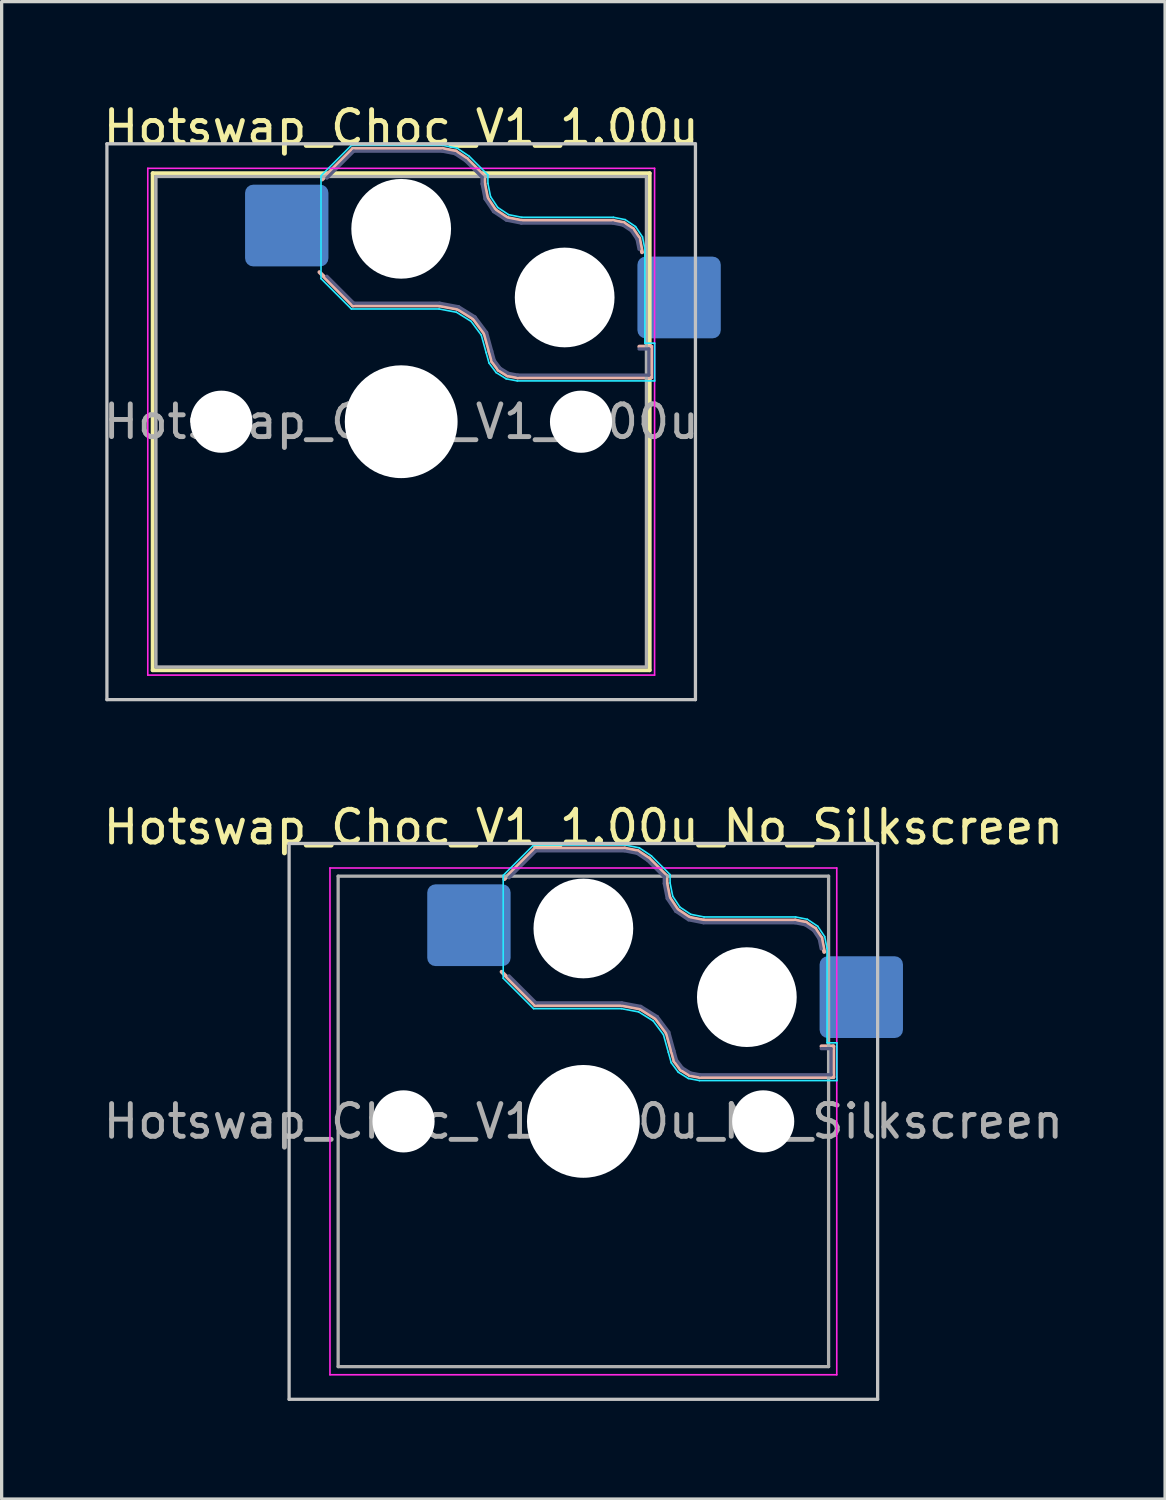
<source format=kicad_pcb>
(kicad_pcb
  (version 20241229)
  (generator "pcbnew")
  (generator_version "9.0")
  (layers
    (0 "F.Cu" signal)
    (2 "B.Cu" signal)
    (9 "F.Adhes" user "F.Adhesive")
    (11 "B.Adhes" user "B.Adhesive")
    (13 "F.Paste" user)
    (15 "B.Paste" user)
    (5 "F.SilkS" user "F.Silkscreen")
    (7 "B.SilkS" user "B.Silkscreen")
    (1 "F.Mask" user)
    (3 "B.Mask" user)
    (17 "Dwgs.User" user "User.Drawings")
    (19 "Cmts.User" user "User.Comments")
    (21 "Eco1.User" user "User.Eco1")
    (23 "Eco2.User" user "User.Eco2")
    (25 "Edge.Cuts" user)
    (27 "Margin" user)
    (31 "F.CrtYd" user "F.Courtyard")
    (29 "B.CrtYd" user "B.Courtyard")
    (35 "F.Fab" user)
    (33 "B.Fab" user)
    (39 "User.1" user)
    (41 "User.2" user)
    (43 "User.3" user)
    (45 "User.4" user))
  (footprint "Hotswap_Choc_V1_1.00u_No_Silkscreen"
    (layer "F.Cu")
    (at 14.792 31.247)
    (property "Reference" "Hotswap_Choc_V1_1.00u_No_Silkscreen" (at 0 -9 0) (layer "F.SilkS") (effects (font (size 1 1) (thickness 0.15))))
    (attr smd)
    (fp_line (start -2.416 -7.409) (end -1.479 -8.346) (stroke (width 0.12) (type solid)) (layer "B.SilkS"))
    (fp_line (start -1.479 -8.346) (end 1.268 -8.346) (stroke (width 0.12) (type solid)) (layer "B.SilkS"))
    (fp_line (start -1.479 -3.554) (end -2.5 -4.575) (stroke (width 0.12) (type solid)) (layer "B.SilkS"))
    (fp_line (start 1.168 -3.554) (end -1.479 -3.554) (stroke (width 0.12) (type solid)) (layer "B.SilkS"))
    (fp_line (start 1.268 -8.346) (end 1.671 -8.266) (stroke (width 0.12) (type solid)) (layer "B.SilkS"))
    (fp_line (start 1.671 -8.266) (end 2.013 -8.037) (stroke (width 0.12) (type solid)) (layer "B.SilkS"))
    (fp_line (start 1.73 -3.449) (end 1.168 -3.554) (stroke (width 0.12) (type solid)) (layer "B.SilkS"))
    (fp_line (start 2.013 -8.037) (end 2.546 -7.504) (stroke (width 0.12) (type solid)) (layer "B.SilkS"))
    (fp_line (start 2.209 -3.15) (end 1.73 -3.449) (stroke (width 0.12) (type solid)) (layer "B.SilkS"))
    (fp_line (start 2.546 -7.504) (end 2.546 -7.282) (stroke (width 0.12) (type solid)) (layer "B.SilkS"))
    (fp_line (start 2.546 -7.282) (end 2.633 -6.844) (stroke (width 0.12) (type solid)) (layer "B.SilkS"))
    (fp_line (start 2.547 -2.697) (end 2.209 -3.15) (stroke (width 0.12) (type solid)) (layer "B.SilkS"))
    (fp_line (start 2.633 -6.844) (end 2.877 -6.477) (stroke (width 0.12) (type solid)) (layer "B.SilkS"))
    (fp_line (start 2.701 -2.139) (end 2.547 -2.697) (stroke (width 0.12) (type solid)) (layer "B.SilkS"))
    (fp_line (start 2.783 -1.841) (end 2.701 -2.139) (stroke (width 0.12) (type solid)) (layer "B.SilkS"))
    (fp_line (start 2.877 -6.477) (end 3.244 -6.233) (stroke (width 0.12) (type solid)) (layer "B.SilkS"))
    (fp_line (start 2.976 -1.583) (end 2.783 -1.841) (stroke (width 0.12) (type solid)) (layer "B.SilkS"))
    (fp_line (start 3.244 -6.233) (end 3.682 -6.146) (stroke (width 0.12) (type solid)) (layer "B.SilkS"))
    (fp_line (start 3.25 -1.413) (end 2.976 -1.583) (stroke (width 0.12) (type solid)) (layer "B.SilkS"))
    (fp_line (start 3.56 -1.354) (end 3.25 -1.413) (stroke (width 0.12) (type solid)) (layer "B.SilkS"))
    (fp_line (start 3.682 -6.146) (end 6.482 -6.146) (stroke (width 0.12) (type solid)) (layer "B.SilkS"))
    (fp_line (start 6.482 -6.146) (end 6.809 -6.081) (stroke (width 0.12) (type solid)) (layer "B.SilkS"))
    (fp_line (start 6.809 -6.081) (end 7.092 -5.892) (stroke (width 0.12) (type solid)) (layer "B.SilkS"))
    (fp_line (start 7.092 -5.892) (end 7.281 -5.609) (stroke (width 0.12) (type solid)) (layer "B.SilkS"))
    (fp_line (start 7.281 -5.609) (end 7.366 -5.182) (stroke (width 0.12) (type solid)) (layer "B.SilkS"))
    (fp_line (start 7.283 -2.296) (end 7.646 -2.296) (stroke (width 0.12) (type solid)) (layer "B.SilkS"))
    (fp_line (start 7.646 -2.296) (end 7.646 -1.354) (stroke (width 0.12) (type solid)) (layer "B.SilkS"))
    (fp_line (start 7.646 -1.354) (end 3.56 -1.354) (stroke (width 0.12) (type solid)) (layer "B.SilkS"))
    (fp_line (start -9 -8.5) (end -9 8.5) (stroke (width 0.1) (type solid)) (layer "Dwgs.User"))
    (fp_line (start -9 8.5) (end 9 8.5) (stroke (width 0.1) (type solid)) (layer "Dwgs.User"))
    (fp_line (start 9 -8.5) (end -9 -8.5) (stroke (width 0.1) (type solid)) (layer "Dwgs.User"))
    (fp_line (start 9 8.5) (end 9 -8.5) (stroke (width 0.1) (type solid)) (layer "Dwgs.User"))
    (fp_line (start -7.25 -7.25) (end -7.25 7.25) (stroke (width 0.1) (type solid)) (layer "Eco1.User"))
    (fp_line (start -7.25 7.25) (end 7.25 7.25) (stroke (width 0.1) (type solid)) (layer "Eco1.User"))
    (fp_line (start 7.25 -7.25) (end -7.25 -7.25) (stroke (width 0.1) (type solid)) (layer "Eco1.User"))
    (fp_line (start 7.25 7.25) (end 7.25 -7.25) (stroke (width 0.1) (type solid)) (layer "Eco1.User"))
    (fp_line (start -2.452 -7.523) (end -1.523 -8.452) (stroke (width 0.05) (type solid)) (layer "B.CrtYd"))
    (fp_line (start -2.452 -4.377) (end -2.452 -7.523) (stroke (width 0.05) (type solid)) (layer "B.CrtYd"))
    (fp_line (start -1.523 -8.452) (end 1.278 -8.452) (stroke (width 0.05) (type solid)) (layer "B.CrtYd"))
    (fp_line (start -1.523 -3.448) (end -2.452 -4.377) (stroke (width 0.05) (type solid)) (layer "B.CrtYd"))
    (fp_line (start 1.159 -3.448) (end -1.523 -3.448) (stroke (width 0.05) (type solid)) (layer "B.CrtYd"))
    (fp_line (start 1.278 -8.452) (end 1.712 -8.366) (stroke (width 0.05) (type solid)) (layer "B.CrtYd"))
    (fp_line (start 1.691 -3.348) (end 1.159 -3.448) (stroke (width 0.05) (type solid)) (layer "B.CrtYd"))
    (fp_line (start 1.712 -8.366) (end 2.081 -8.119) (stroke (width 0.05) (type solid)) (layer "B.CrtYd"))
    (fp_line (start 2.081 -8.119) (end 2.652 -7.548) (stroke (width 0.05) (type solid)) (layer "B.CrtYd"))
    (fp_line (start 2.136 -3.071) (end 1.691 -3.348) (stroke (width 0.05) (type solid)) (layer "B.CrtYd"))
    (fp_line (start 2.45 -2.65) (end 2.136 -3.071) (stroke (width 0.05) (type solid)) (layer "B.CrtYd"))
    (fp_line (start 2.599 -2.111) (end 2.45 -2.65) (stroke (width 0.05) (type solid)) (layer "B.CrtYd"))
    (fp_line (start 2.652 -7.548) (end 2.652 -7.292) (stroke (width 0.05) (type solid)) (layer "B.CrtYd"))
    (fp_line (start 2.652 -7.292) (end 2.733 -6.885) (stroke (width 0.05) (type solid)) (layer "B.CrtYd"))
    (fp_line (start 2.687 -1.794) (end 2.599 -2.111) (stroke (width 0.05) (type solid)) (layer "B.CrtYd"))
    (fp_line (start 2.733 -6.885) (end 2.953 -6.553) (stroke (width 0.05) (type solid)) (layer "B.CrtYd"))
    (fp_line (start 2.903 -1.503) (end 2.687 -1.794) (stroke (width 0.05) (type solid)) (layer "B.CrtYd"))
    (fp_line (start 2.953 -6.553) (end 3.285 -6.333) (stroke (width 0.05) (type solid)) (layer "B.CrtYd"))
    (fp_line (start 3.211 -1.312) (end 2.903 -1.503) (stroke (width 0.05) (type solid)) (layer "B.CrtYd"))
    (fp_line (start 3.285 -6.333) (end 3.692 -6.252) (stroke (width 0.05) (type solid)) (layer "B.CrtYd"))
    (fp_line (start 3.55 -1.248) (end 3.211 -1.312) (stroke (width 0.05) (type solid)) (layer "B.CrtYd"))
    (fp_line (start 3.692 -6.252) (end 6.492 -6.252) (stroke (width 0.05) (type solid)) (layer "B.CrtYd"))
    (fp_line (start 6.492 -6.252) (end 6.85 -6.181) (stroke (width 0.05) (type solid)) (layer "B.CrtYd"))
    (fp_line (start 6.85 -6.181) (end 7.168 -5.968) (stroke (width 0.05) (type solid)) (layer "B.CrtYd"))
    (fp_line (start 7.168 -5.968) (end 7.381 -5.65) (stroke (width 0.05) (type solid)) (layer "B.CrtYd"))
    (fp_line (start 7.381 -5.65) (end 7.452 -5.292) (stroke (width 0.05) (type solid)) (layer "B.CrtYd"))
    (fp_line (start 7.452 -5.292) (end 7.452 -2.402) (stroke (width 0.05) (type solid)) (layer "B.CrtYd"))
    (fp_line (start 7.452 -2.402) (end 7.752 -2.402) (stroke (width 0.05) (type solid)) (layer "B.CrtYd"))
    (fp_line (start 7.752 -2.402) (end 7.752 -1.248) (stroke (width 0.05) (type solid)) (layer "B.CrtYd"))
    (fp_line (start 7.752 -1.248) (end 3.55 -1.248) (stroke (width 0.05) (type solid)) (layer "B.CrtYd"))
    (fp_line (start -7.75 -7.75) (end -7.75 7.75) (stroke (width 0.05) (type solid)) (layer "F.CrtYd"))
    (fp_line (start -7.75 7.75) (end 7.75 7.75) (stroke (width 0.05) (type solid)) (layer "F.CrtYd"))
    (fp_line (start 7.75 -7.75) (end -7.75 -7.75) (stroke (width 0.05) (type solid)) (layer "F.CrtYd"))
    (fp_line (start 7.75 7.75) (end 7.75 -7.75) (stroke (width 0.05) (type solid)) (layer "F.CrtYd"))
    (fp_line (start -2.275 -7.45) (end -1.45 -8.275) (stroke (width 0.1) (type solid)) (layer "B.Fab"))
    (fp_line (start -1.45 -8.275) (end 1.261 -8.275) (stroke (width 0.1) (type solid)) (layer "B.Fab"))
    (fp_line (start -1.45 -3.625) (end -2.275 -4.45) (stroke (width 0.1) (type solid)) (layer "B.Fab"))
    (fp_line (start 1.175 -3.625) (end -1.45 -3.625) (stroke (width 0.1) (type solid)) (layer "B.Fab"))
    (fp_line (start 1.261 -8.275) (end 1.643 -8.199) (stroke (width 0.1) (type solid)) (layer "B.Fab"))
    (fp_line (start 1.643 -8.199) (end 1.968 -7.982) (stroke (width 0.1) (type solid)) (layer "B.Fab"))
    (fp_line (start 1.756 -3.516) (end 1.175 -3.625) (stroke (width 0.1) (type solid)) (layer "B.Fab"))
    (fp_line (start 1.968 -7.982) (end 2.475 -7.475) (stroke (width 0.1) (type solid)) (layer "B.Fab"))
    (fp_line (start 2.258 -3.203) (end 1.756 -3.516) (stroke (width 0.1) (type solid)) (layer "B.Fab"))
    (fp_line (start 2.475 -7.475) (end 2.475 -7.275) (stroke (width 0.1) (type solid)) (layer "B.Fab"))
    (fp_line (start 2.475 -7.275) (end 2.566 -6.816) (stroke (width 0.1) (type solid)) (layer "B.Fab"))
    (fp_line (start 2.566 -6.816) (end 2.826 -6.426) (stroke (width 0.1) (type solid)) (layer "B.Fab"))
    (fp_line (start 2.612 -2.729) (end 2.258 -3.203) (stroke (width 0.1) (type solid)) (layer "B.Fab"))
    (fp_line (start 2.769 -2.158) (end 2.612 -2.729) (stroke (width 0.1) (type solid)) (layer "B.Fab"))
    (fp_line (start 2.826 -6.426) (end 3.216 -6.166) (stroke (width 0.1) (type solid)) (layer "B.Fab"))
    (fp_line (start 2.848 -1.873) (end 2.769 -2.158) (stroke (width 0.1) (type solid)) (layer "B.Fab"))
    (fp_line (start 3.025 -1.636) (end 2.848 -1.873) (stroke (width 0.1) (type solid)) (layer "B.Fab"))
    (fp_line (start 3.216 -6.166) (end 3.675 -6.075) (stroke (width 0.1) (type solid)) (layer "B.Fab"))
    (fp_line (start 3.276 -1.48) (end 3.025 -1.636) (stroke (width 0.1) (type solid)) (layer "B.Fab"))
    (fp_line (start 3.567 -1.425) (end 3.276 -1.48) (stroke (width 0.1) (type solid)) (layer "B.Fab"))
    (fp_line (start 3.675 -6.075) (end 6.475 -6.075) (stroke (width 0.1) (type solid)) (layer "B.Fab"))
    (fp_line (start 6.475 -6.075) (end 6.781 -6.014) (stroke (width 0.1) (type solid)) (layer "B.Fab"))
    (fp_line (start 6.781 -6.014) (end 7.041 -5.841) (stroke (width 0.1) (type solid)) (layer "B.Fab"))
    (fp_line (start 7.041 -5.841) (end 7.214 -5.581) (stroke (width 0.1) (type solid)) (layer "B.Fab"))
    (fp_line (start 7.214 -5.581) (end 7.275 -5.275) (stroke (width 0.1) (type solid)) (layer "B.Fab"))
    (fp_line (start 7.275 -2.225) (end 7.575 -2.225) (stroke (width 0.1) (type solid)) (layer "B.Fab"))
    (fp_line (start 7.575 -2.225) (end 7.575 -1.425) (stroke (width 0.1) (type solid)) (layer "B.Fab"))
    (fp_line (start 7.575 -1.425) (end 3.567 -1.425) (stroke (width 0.1) (type solid)) (layer "B.Fab"))
    (fp_line (start -7.5 -7.5) (end -7.5 7.5) (stroke (width 0.1) (type solid)) (layer "F.Fab"))
    (fp_line (start -7.5 7.5) (end 7.5 7.5) (stroke (width 0.1) (type solid)) (layer "F.Fab"))
    (fp_line (start 7.5 -7.5) (end -7.5 -7.5) (stroke (width 0.1) (type solid)) (layer "F.Fab"))
    (fp_line (start 7.5 7.5) (end 7.5 -7.5) (stroke (width 0.1) (type solid)) (layer "F.Fab"))
    (fp_text user "${REFERENCE}" (at 0 0 0) (layer "F.Fab") (effects (font (size 1 1) (thickness 0.15))))
    (pad "" np_thru_hole circle (at -5.5 0) (size 1.9 1.9) (drill 1.9) (layers "*.Cu" "*.Mask"))
    (pad "" np_thru_hole circle (at 0 -5.9) (size 3.05 3.05) (drill 3.05) (layers "*.Cu" "*.Mask"))
    (pad "" np_thru_hole circle (at 0 0) (size 3.45 3.45) (drill 3.45) (layers "*.Cu" "*.Mask"))
    (pad "" np_thru_hole circle (at 5 -3.8) (size 3.05 3.05) (drill 3.05) (layers "*.Cu" "*.Mask"))
    (pad "" np_thru_hole circle (at 5.5 0) (size 1.9 1.9) (drill 1.9) (layers "*.Cu" "*.Mask"))
    (pad "1" smd roundrect (at -3.5 -6) (size 2.55 2.5) (layers "B.Cu" "B.Mask" "B.Paste") (roundrect_rratio 0.1))
    (pad "2" smd roundrect (at 8.5 -3.8) (size 2.55 2.5) (layers "B.Cu" "B.Mask" "B.Paste") (roundrect_rratio 0.1)))
  (footprint "Hotswap_Choc_V1_1.00u"
    (layer "F.Cu")
    (at 9.22 9.848)
    (property "Reference" "Hotswap_Choc_V1_1.00u" (at 0 -9 0) (layer "F.SilkS") (effects (font (size 1 1) (thickness 0.15))))
    (attr smd)
    (fp_line (start -7.6 -7.6) (end -7.6 7.6) (stroke (width 0.12) (type solid)) (layer "F.SilkS"))
    (fp_line (start -7.6 7.6) (end 7.6 7.6) (stroke (width 0.12) (type solid)) (layer "F.SilkS"))
    (fp_line (start 7.6 -7.6) (end -7.6 -7.6) (stroke (width 0.12) (type solid)) (layer "F.SilkS"))
    (fp_line (start 7.6 7.6) (end 7.6 -7.6) (stroke (width 0.12) (type solid)) (layer "F.SilkS"))
    (fp_line (start -2.416 -7.409) (end -1.479 -8.346) (stroke (width 0.12) (type solid)) (layer "B.SilkS"))
    (fp_line (start -1.479 -8.346) (end 1.268 -8.346) (stroke (width 0.12) (type solid)) (layer "B.SilkS"))
    (fp_line (start -1.479 -3.554) (end -2.5 -4.575) (stroke (width 0.12) (type solid)) (layer "B.SilkS"))
    (fp_line (start 1.168 -3.554) (end -1.479 -3.554) (stroke (width 0.12) (type solid)) (layer "B.SilkS"))
    (fp_line (start 1.268 -8.346) (end 1.671 -8.266) (stroke (width 0.12) (type solid)) (layer "B.SilkS"))
    (fp_line (start 1.671 -8.266) (end 2.013 -8.037) (stroke (width 0.12) (type solid)) (layer "B.SilkS"))
    (fp_line (start 1.73 -3.449) (end 1.168 -3.554) (stroke (width 0.12) (type solid)) (layer "B.SilkS"))
    (fp_line (start 2.013 -8.037) (end 2.546 -7.504) (stroke (width 0.12) (type solid)) (layer "B.SilkS"))
    (fp_line (start 2.209 -3.15) (end 1.73 -3.449) (stroke (width 0.12) (type solid)) (layer "B.SilkS"))
    (fp_line (start 2.546 -7.504) (end 2.546 -7.282) (stroke (width 0.12) (type solid)) (layer "B.SilkS"))
    (fp_line (start 2.546 -7.282) (end 2.633 -6.844) (stroke (width 0.12) (type solid)) (layer "B.SilkS"))
    (fp_line (start 2.547 -2.697) (end 2.209 -3.15) (stroke (width 0.12) (type solid)) (layer "B.SilkS"))
    (fp_line (start 2.633 -6.844) (end 2.877 -6.477) (stroke (width 0.12) (type solid)) (layer "B.SilkS"))
    (fp_line (start 2.701 -2.139) (end 2.547 -2.697) (stroke (width 0.12) (type solid)) (layer "B.SilkS"))
    (fp_line (start 2.783 -1.841) (end 2.701 -2.139) (stroke (width 0.12) (type solid)) (layer "B.SilkS"))
    (fp_line (start 2.877 -6.477) (end 3.244 -6.233) (stroke (width 0.12) (type solid)) (layer "B.SilkS"))
    (fp_line (start 2.976 -1.583) (end 2.783 -1.841) (stroke (width 0.12) (type solid)) (layer "B.SilkS"))
    (fp_line (start 3.244 -6.233) (end 3.682 -6.146) (stroke (width 0.12) (type solid)) (layer "B.SilkS"))
    (fp_line (start 3.25 -1.413) (end 2.976 -1.583) (stroke (width 0.12) (type solid)) (layer "B.SilkS"))
    (fp_line (start 3.56 -1.354) (end 3.25 -1.413) (stroke (width 0.12) (type solid)) (layer "B.SilkS"))
    (fp_line (start 3.682 -6.146) (end 6.482 -6.146) (stroke (width 0.12) (type solid)) (layer "B.SilkS"))
    (fp_line (start 6.482 -6.146) (end 6.809 -6.081) (stroke (width 0.12) (type solid)) (layer "B.SilkS"))
    (fp_line (start 6.809 -6.081) (end 7.092 -5.892) (stroke (width 0.12) (type solid)) (layer "B.SilkS"))
    (fp_line (start 7.092 -5.892) (end 7.281 -5.609) (stroke (width 0.12) (type solid)) (layer "B.SilkS"))
    (fp_line (start 7.281 -5.609) (end 7.366 -5.182) (stroke (width 0.12) (type solid)) (layer "B.SilkS"))
    (fp_line (start 7.283 -2.296) (end 7.646 -2.296) (stroke (width 0.12) (type solid)) (layer "B.SilkS"))
    (fp_line (start 7.646 -2.296) (end 7.646 -1.354) (stroke (width 0.12) (type solid)) (layer "B.SilkS"))
    (fp_line (start 7.646 -1.354) (end 3.56 -1.354) (stroke (width 0.12) (type solid)) (layer "B.SilkS"))
    (fp_line (start -9 -8.5) (end -9 8.5) (stroke (width 0.1) (type solid)) (layer "Dwgs.User"))
    (fp_line (start -9 8.5) (end 9 8.5) (stroke (width 0.1) (type solid)) (layer "Dwgs.User"))
    (fp_line (start 9 -8.5) (end -9 -8.5) (stroke (width 0.1) (type solid)) (layer "Dwgs.User"))
    (fp_line (start 9 8.5) (end 9 -8.5) (stroke (width 0.1) (type solid)) (layer "Dwgs.User"))
    (fp_line (start -7.25 -7.25) (end -7.25 7.25) (stroke (width 0.1) (type solid)) (layer "Eco1.User"))
    (fp_line (start -7.25 7.25) (end 7.25 7.25) (stroke (width 0.1) (type solid)) (layer "Eco1.User"))
    (fp_line (start 7.25 -7.25) (end -7.25 -7.25) (stroke (width 0.1) (type solid)) (layer "Eco1.User"))
    (fp_line (start 7.25 7.25) (end 7.25 -7.25) (stroke (width 0.1) (type solid)) (layer "Eco1.User"))
    (fp_line (start -2.452 -7.523) (end -1.523 -8.452) (stroke (width 0.05) (type solid)) (layer "B.CrtYd"))
    (fp_line (start -2.452 -4.377) (end -2.452 -7.523) (stroke (width 0.05) (type solid)) (layer "B.CrtYd"))
    (fp_line (start -1.523 -8.452) (end 1.278 -8.452) (stroke (width 0.05) (type solid)) (layer "B.CrtYd"))
    (fp_line (start -1.523 -3.448) (end -2.452 -4.377) (stroke (width 0.05) (type solid)) (layer "B.CrtYd"))
    (fp_line (start 1.159 -3.448) (end -1.523 -3.448) (stroke (width 0.05) (type solid)) (layer "B.CrtYd"))
    (fp_line (start 1.278 -8.452) (end 1.712 -8.366) (stroke (width 0.05) (type solid)) (layer "B.CrtYd"))
    (fp_line (start 1.691 -3.348) (end 1.159 -3.448) (stroke (width 0.05) (type solid)) (layer "B.CrtYd"))
    (fp_line (start 1.712 -8.366) (end 2.081 -8.119) (stroke (width 0.05) (type solid)) (layer "B.CrtYd"))
    (fp_line (start 2.081 -8.119) (end 2.652 -7.548) (stroke (width 0.05) (type solid)) (layer "B.CrtYd"))
    (fp_line (start 2.136 -3.071) (end 1.691 -3.348) (stroke (width 0.05) (type solid)) (layer "B.CrtYd"))
    (fp_line (start 2.45 -2.65) (end 2.136 -3.071) (stroke (width 0.05) (type solid)) (layer "B.CrtYd"))
    (fp_line (start 2.599 -2.111) (end 2.45 -2.65) (stroke (width 0.05) (type solid)) (layer "B.CrtYd"))
    (fp_line (start 2.652 -7.548) (end 2.652 -7.292) (stroke (width 0.05) (type solid)) (layer "B.CrtYd"))
    (fp_line (start 2.652 -7.292) (end 2.733 -6.885) (stroke (width 0.05) (type solid)) (layer "B.CrtYd"))
    (fp_line (start 2.687 -1.794) (end 2.599 -2.111) (stroke (width 0.05) (type solid)) (layer "B.CrtYd"))
    (fp_line (start 2.733 -6.885) (end 2.953 -6.553) (stroke (width 0.05) (type solid)) (layer "B.CrtYd"))
    (fp_line (start 2.903 -1.503) (end 2.687 -1.794) (stroke (width 0.05) (type solid)) (layer "B.CrtYd"))
    (fp_line (start 2.953 -6.553) (end 3.285 -6.333) (stroke (width 0.05) (type solid)) (layer "B.CrtYd"))
    (fp_line (start 3.211 -1.312) (end 2.903 -1.503) (stroke (width 0.05) (type solid)) (layer "B.CrtYd"))
    (fp_line (start 3.285 -6.333) (end 3.692 -6.252) (stroke (width 0.05) (type solid)) (layer "B.CrtYd"))
    (fp_line (start 3.55 -1.248) (end 3.211 -1.312) (stroke (width 0.05) (type solid)) (layer "B.CrtYd"))
    (fp_line (start 3.692 -6.252) (end 6.492 -6.252) (stroke (width 0.05) (type solid)) (layer "B.CrtYd"))
    (fp_line (start 6.492 -6.252) (end 6.85 -6.181) (stroke (width 0.05) (type solid)) (layer "B.CrtYd"))
    (fp_line (start 6.85 -6.181) (end 7.168 -5.968) (stroke (width 0.05) (type solid)) (layer "B.CrtYd"))
    (fp_line (start 7.168 -5.968) (end 7.381 -5.65) (stroke (width 0.05) (type solid)) (layer "B.CrtYd"))
    (fp_line (start 7.381 -5.65) (end 7.452 -5.292) (stroke (width 0.05) (type solid)) (layer "B.CrtYd"))
    (fp_line (start 7.452 -5.292) (end 7.452 -2.402) (stroke (width 0.05) (type solid)) (layer "B.CrtYd"))
    (fp_line (start 7.452 -2.402) (end 7.752 -2.402) (stroke (width 0.05) (type solid)) (layer "B.CrtYd"))
    (fp_line (start 7.752 -2.402) (end 7.752 -1.248) (stroke (width 0.05) (type solid)) (layer "B.CrtYd"))
    (fp_line (start 7.752 -1.248) (end 3.55 -1.248) (stroke (width 0.05) (type solid)) (layer "B.CrtYd"))
    (fp_line (start -7.75 -7.75) (end -7.75 7.75) (stroke (width 0.05) (type solid)) (layer "F.CrtYd"))
    (fp_line (start -7.75 7.75) (end 7.75 7.75) (stroke (width 0.05) (type solid)) (layer "F.CrtYd"))
    (fp_line (start 7.75 -7.75) (end -7.75 -7.75) (stroke (width 0.05) (type solid)) (layer "F.CrtYd"))
    (fp_line (start 7.75 7.75) (end 7.75 -7.75) (stroke (width 0.05) (type solid)) (layer "F.CrtYd"))
    (fp_line (start -2.275 -7.45) (end -1.45 -8.275) (stroke (width 0.1) (type solid)) (layer "B.Fab"))
    (fp_line (start -1.45 -8.275) (end 1.261 -8.275) (stroke (width 0.1) (type solid)) (layer "B.Fab"))
    (fp_line (start -1.45 -3.625) (end -2.275 -4.45) (stroke (width 0.1) (type solid)) (layer "B.Fab"))
    (fp_line (start 1.175 -3.625) (end -1.45 -3.625) (stroke (width 0.1) (type solid)) (layer "B.Fab"))
    (fp_line (start 1.261 -8.275) (end 1.643 -8.199) (stroke (width 0.1) (type solid)) (layer "B.Fab"))
    (fp_line (start 1.643 -8.199) (end 1.968 -7.982) (stroke (width 0.1) (type solid)) (layer "B.Fab"))
    (fp_line (start 1.756 -3.516) (end 1.175 -3.625) (stroke (width 0.1) (type solid)) (layer "B.Fab"))
    (fp_line (start 1.968 -7.982) (end 2.475 -7.475) (stroke (width 0.1) (type solid)) (layer "B.Fab"))
    (fp_line (start 2.258 -3.203) (end 1.756 -3.516) (stroke (width 0.1) (type solid)) (layer "B.Fab"))
    (fp_line (start 2.475 -7.475) (end 2.475 -7.275) (stroke (width 0.1) (type solid)) (layer "B.Fab"))
    (fp_line (start 2.475 -7.275) (end 2.566 -6.816) (stroke (width 0.1) (type solid)) (layer "B.Fab"))
    (fp_line (start 2.566 -6.816) (end 2.826 -6.426) (stroke (width 0.1) (type solid)) (layer "B.Fab"))
    (fp_line (start 2.612 -2.729) (end 2.258 -3.203) (stroke (width 0.1) (type solid)) (layer "B.Fab"))
    (fp_line (start 2.769 -2.158) (end 2.612 -2.729) (stroke (width 0.1) (type solid)) (layer "B.Fab"))
    (fp_line (start 2.826 -6.426) (end 3.216 -6.166) (stroke (width 0.1) (type solid)) (layer "B.Fab"))
    (fp_line (start 2.848 -1.873) (end 2.769 -2.158) (stroke (width 0.1) (type solid)) (layer "B.Fab"))
    (fp_line (start 3.025 -1.636) (end 2.848 -1.873) (stroke (width 0.1) (type solid)) (layer "B.Fab"))
    (fp_line (start 3.216 -6.166) (end 3.675 -6.075) (stroke (width 0.1) (type solid)) (layer "B.Fab"))
    (fp_line (start 3.276 -1.48) (end 3.025 -1.636) (stroke (width 0.1) (type solid)) (layer "B.Fab"))
    (fp_line (start 3.567 -1.425) (end 3.276 -1.48) (stroke (width 0.1) (type solid)) (layer "B.Fab"))
    (fp_line (start 3.675 -6.075) (end 6.475 -6.075) (stroke (width 0.1) (type solid)) (layer "B.Fab"))
    (fp_line (start 6.475 -6.075) (end 6.781 -6.014) (stroke (width 0.1) (type solid)) (layer "B.Fab"))
    (fp_line (start 6.781 -6.014) (end 7.041 -5.841) (stroke (width 0.1) (type solid)) (layer "B.Fab"))
    (fp_line (start 7.041 -5.841) (end 7.214 -5.581) (stroke (width 0.1) (type solid)) (layer "B.Fab"))
    (fp_line (start 7.214 -5.581) (end 7.275 -5.275) (stroke (width 0.1) (type solid)) (layer "B.Fab"))
    (fp_line (start 7.275 -2.225) (end 7.575 -2.225) (stroke (width 0.1) (type solid)) (layer "B.Fab"))
    (fp_line (start 7.575 -2.225) (end 7.575 -1.425) (stroke (width 0.1) (type solid)) (layer "B.Fab"))
    (fp_line (start 7.575 -1.425) (end 3.567 -1.425) (stroke (width 0.1) (type solid)) (layer "B.Fab"))
    (fp_line (start -7.5 -7.5) (end -7.5 7.5) (stroke (width 0.1) (type solid)) (layer "F.Fab"))
    (fp_line (start -7.5 7.5) (end 7.5 7.5) (stroke (width 0.1) (type solid)) (layer "F.Fab"))
    (fp_line (start 7.5 -7.5) (end -7.5 -7.5) (stroke (width 0.1) (type solid)) (layer "F.Fab"))
    (fp_line (start 7.5 7.5) (end 7.5 -7.5) (stroke (width 0.1) (type solid)) (layer "F.Fab"))
    (fp_text user "${REFERENCE}" (at 0 0 0) (layer "F.Fab") (effects (font (size 1 1) (thickness 0.15))))
    (pad "" np_thru_hole circle (at -5.5 0) (size 1.9 1.9) (drill 1.9) (layers "*.Cu" "*.Mask"))
    (pad "" np_thru_hole circle (at 0 -5.9) (size 3.05 3.05) (drill 3.05) (layers "*.Cu" "*.Mask"))
    (pad "" np_thru_hole circle (at 0 0) (size 3.45 3.45) (drill 3.45) (layers "*.Cu" "*.Mask"))
    (pad "" np_thru_hole circle (at 5 -3.8) (size 3.05 3.05) (drill 3.05) (layers "*.Cu" "*.Mask"))
    (pad "" np_thru_hole circle (at 5.5 0) (size 1.9 1.9) (drill 1.9) (layers "*.Cu" "*.Mask"))
    (pad "1" smd roundrect (at -3.5 -6) (size 2.55 2.5) (layers "B.Cu" "B.Mask" "B.Paste") (roundrect_rratio 0.1))
    (pad "2" smd roundrect (at 8.5 -3.8) (size 2.55 2.5) (layers "B.Cu" "B.Mask" "B.Paste") (roundrect_rratio 0.1)))
  (gr_rect
    (start -3 -3)
    (end 32.583 42.797)
    (stroke (width 0.1) (type default))
    (fill no)
    (layer "Edge.Cuts")))
</source>
